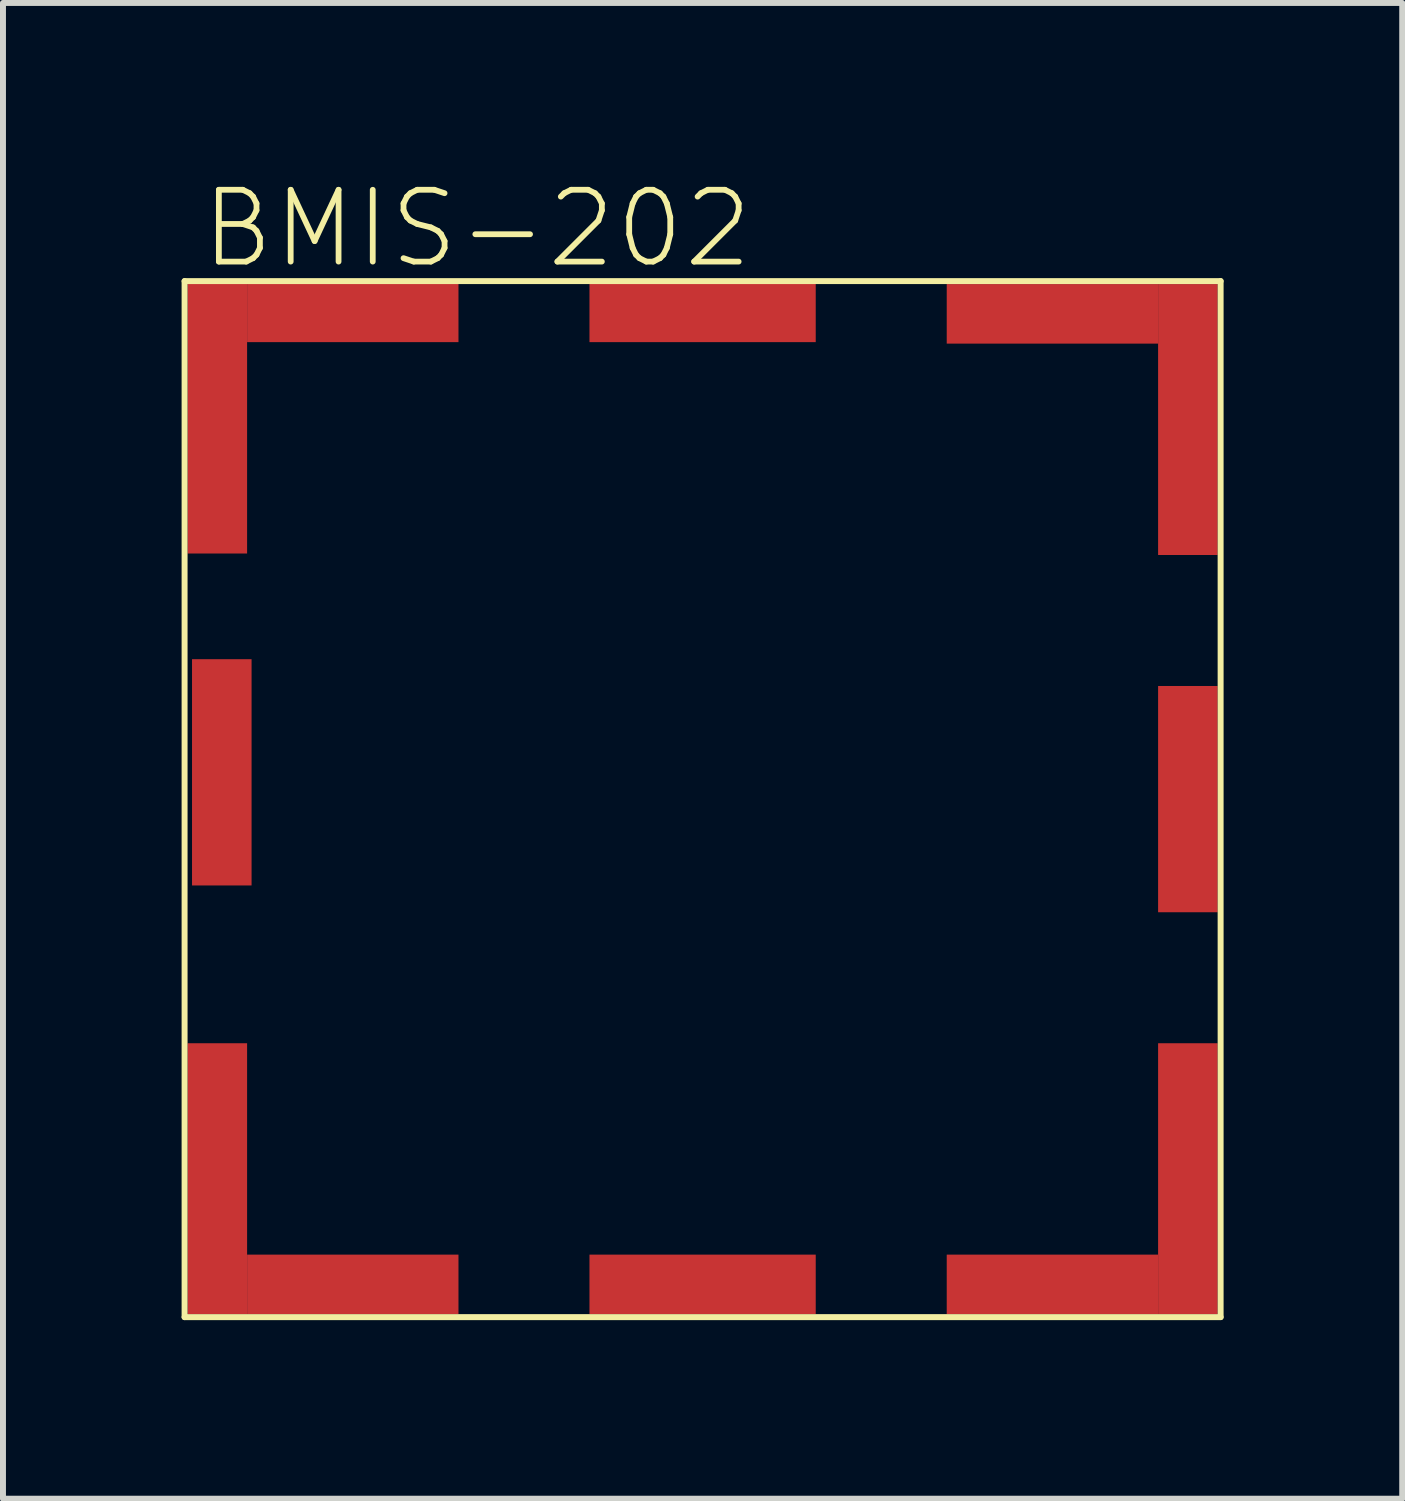
<source format=kicad_pcb>
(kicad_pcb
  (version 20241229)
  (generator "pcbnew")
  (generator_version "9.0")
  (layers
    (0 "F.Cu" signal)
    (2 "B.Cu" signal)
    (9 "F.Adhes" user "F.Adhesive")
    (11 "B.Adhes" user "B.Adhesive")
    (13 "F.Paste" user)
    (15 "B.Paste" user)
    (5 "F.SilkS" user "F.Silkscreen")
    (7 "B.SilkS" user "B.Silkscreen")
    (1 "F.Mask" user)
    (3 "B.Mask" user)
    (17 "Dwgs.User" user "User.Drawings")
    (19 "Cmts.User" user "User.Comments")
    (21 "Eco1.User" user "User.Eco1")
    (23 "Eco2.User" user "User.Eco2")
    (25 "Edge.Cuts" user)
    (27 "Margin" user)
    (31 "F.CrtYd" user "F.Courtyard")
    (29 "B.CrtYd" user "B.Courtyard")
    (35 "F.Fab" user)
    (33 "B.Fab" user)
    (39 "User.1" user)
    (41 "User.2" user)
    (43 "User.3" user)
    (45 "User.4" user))
  (footprint "BMIS-202"
    (layer "F.Cu")
    (at 8.275 10.396)
    (property "Reference" "BMIS-202" (at -8 -8.9 0) (layer "F.SilkS") (effects (font (size 1.206 1.206) (thickness 0.097)) (justify left bottom)))
    (attr through_hole)
    (fp_line (start -8.225 -8.725) (end 9.175 -8.725) (stroke (width 0.1) (type solid)) (layer "F.SilkS"))
    (fp_line (start -8.225 8.675) (end -8.225 -8.725) (stroke (width 0.1) (type solid)) (layer "F.SilkS"))
    (fp_line (start 9.175 -8.725) (end 9.175 8.675) (stroke (width 0.1) (type solid)) (layer "F.SilkS"))
    (fp_line (start 9.175 8.675) (end -8.225 8.675) (stroke (width 0.1) (type solid)) (layer "F.SilkS"))
    (pad "P$1" smd rect (at -7.675 6.35 90) (size 4.55 1) (layers "F.Cu" "F.Mask"))
    (pad "P$2" smd rect (at -7.675 -6.425 90) (size 4.55 1) (layers "F.Cu" "F.Mask"))
    (pad "P$3" smd rect (at 8.625 -6.4 90) (size 4.55 1) (layers "F.Cu" "F.Mask"))
    (pad "P$4" smd rect (at 8.625 6.35 90) (size 4.55 1) (layers "F.Cu" "F.Mask"))
    (pad "P$5" smd rect (at -7.6 -0.475 90) (size 3.8 1) (layers "F.Cu" "F.Mask"))
    (pad "P$6" smd rect (at 0.475 -8.2 180) (size 3.8 1) (layers "F.Cu" "F.Mask"))
    (pad "P$7" smd rect (at 8.625 -0.025 270) (size 3.8 1) (layers "F.Cu" "F.Mask"))
    (pad "P$8" smd rect (at 0.475 8.125) (size 3.8 1) (layers "F.Cu" "F.Mask"))
    (pad "P$9" smd rect (at -5.4 8.125) (size 3.55 1) (layers "F.Cu" "F.Mask"))
    (pad "P$10" smd rect (at -5.4 -8.2) (size 3.55 1) (layers "F.Cu" "F.Mask"))
    (pad "P$11" smd rect (at 6.35 -8.175) (size 3.55 1) (layers "F.Cu" "F.Mask"))
    (pad "P$12" smd rect (at 6.35 8.125) (size 3.55 1) (layers "F.Cu" "F.Mask")))
  (gr_rect
    (start -3 -3)
    (end 20.5 22.121)
    (stroke (width 0.1) (type default))
    (fill no)
    (layer "Edge.Cuts")))
</source>
